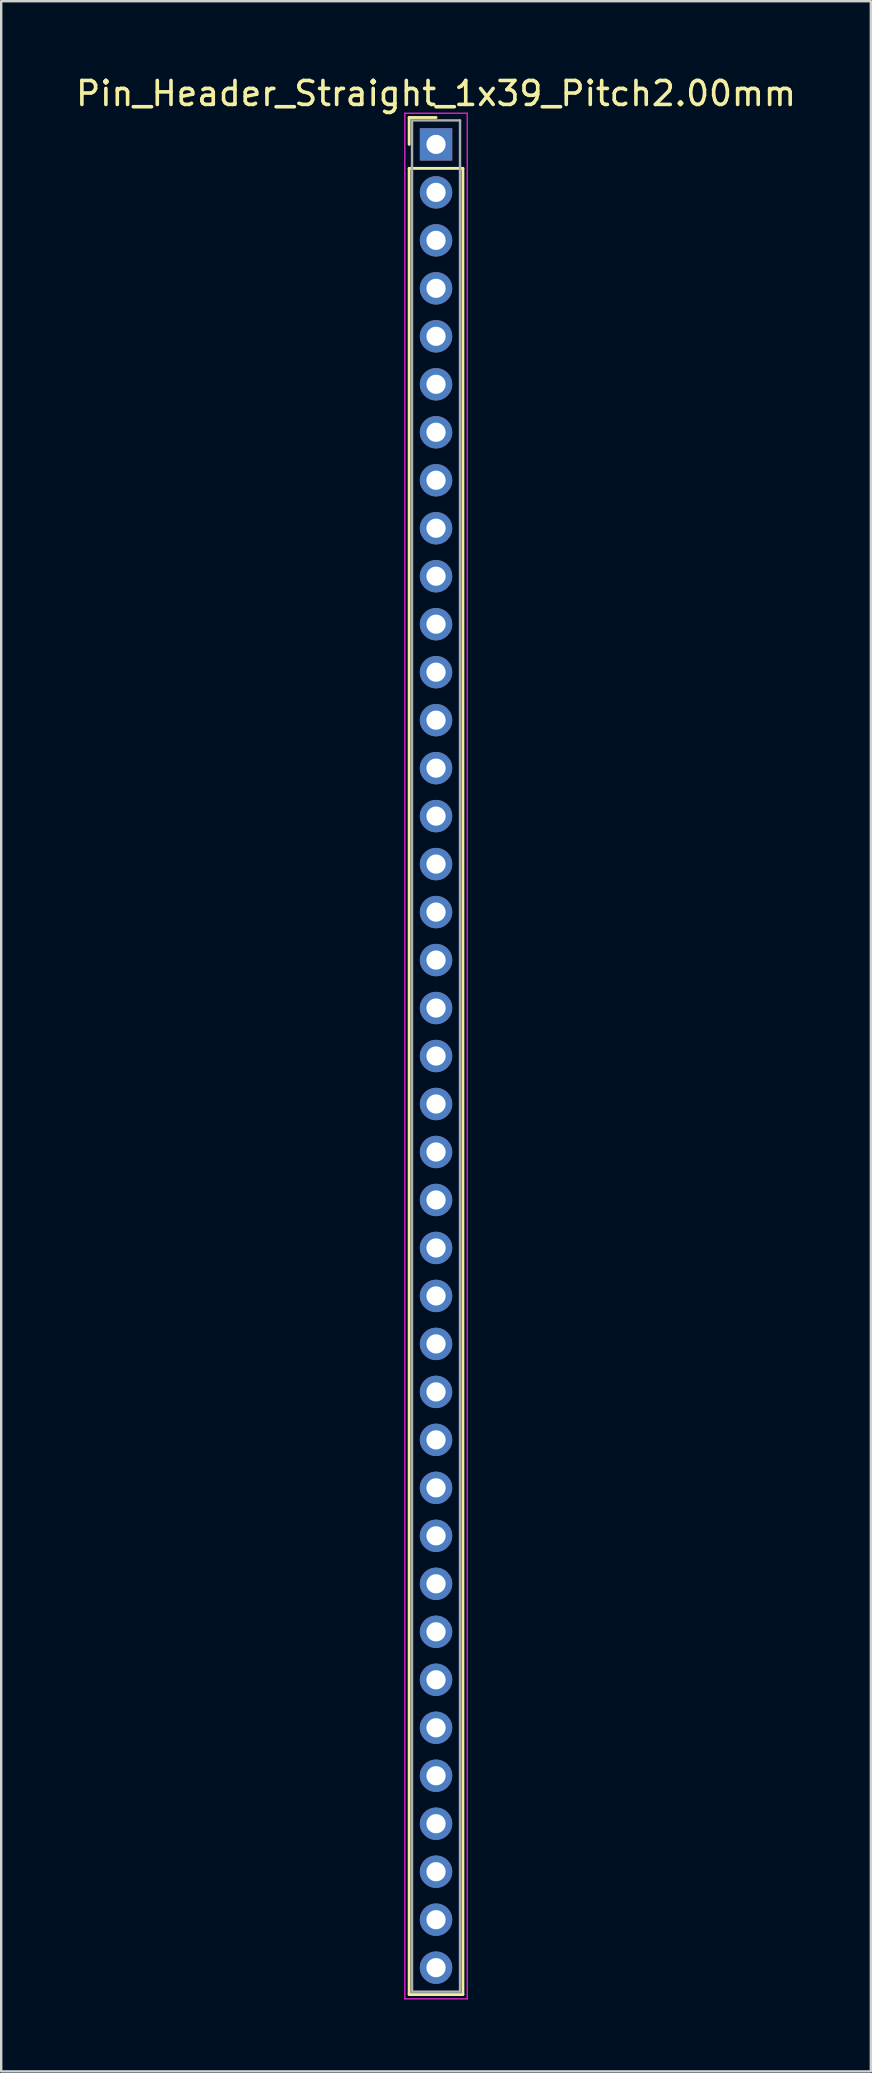
<source format=kicad_pcb>
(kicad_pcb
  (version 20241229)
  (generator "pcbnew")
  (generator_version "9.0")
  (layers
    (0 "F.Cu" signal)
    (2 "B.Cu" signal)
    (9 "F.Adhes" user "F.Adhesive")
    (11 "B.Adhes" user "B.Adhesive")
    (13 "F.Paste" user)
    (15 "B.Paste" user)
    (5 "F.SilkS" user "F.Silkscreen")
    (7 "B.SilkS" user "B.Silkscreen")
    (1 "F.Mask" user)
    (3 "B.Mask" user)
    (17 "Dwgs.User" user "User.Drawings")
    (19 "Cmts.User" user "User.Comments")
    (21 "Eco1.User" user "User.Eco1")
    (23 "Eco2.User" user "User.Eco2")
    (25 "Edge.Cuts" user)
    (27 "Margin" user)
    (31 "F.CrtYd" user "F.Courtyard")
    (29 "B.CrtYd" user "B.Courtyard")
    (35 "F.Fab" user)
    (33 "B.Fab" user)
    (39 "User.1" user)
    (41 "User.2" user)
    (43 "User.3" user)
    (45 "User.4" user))
  (footprint "Pin_Header_Straight_1x39_Pitch2.00mm"
    (layer "F.Cu")
    (at 15.125 2.968)
    (property "Reference" "Pin_Header_Straight_1x39_Pitch2.00mm" (at 0 -2.12 0) (layer "F.SilkS") (effects (font (size 1 1) (thickness 0.15))))
    (attr through_hole)
    (fp_line (start -1.12 -1.12) (end 0 -1.12) (stroke (width 0.12) (type solid)) (layer "F.SilkS"))
    (fp_line (start -1.12 0) (end -1.12 -1.12) (stroke (width 0.12) (type solid)) (layer "F.SilkS"))
    (fp_line (start -1.12 1) (end -1.12 77.12) (stroke (width 0.12) (type solid)) (layer "F.SilkS"))
    (fp_line (start -1.12 77.12) (end 1.12 77.12) (stroke (width 0.12) (type solid)) (layer "F.SilkS"))
    (fp_line (start 1.12 1) (end -1.12 1) (stroke (width 0.12) (type solid)) (layer "F.SilkS"))
    (fp_line (start 1.12 77.12) (end 1.12 1) (stroke (width 0.12) (type solid)) (layer "F.SilkS"))
    (fp_line (start -1.3 -1.3) (end -1.3 77.3) (stroke (width 0.05) (type solid)) (layer "F.CrtYd"))
    (fp_line (start -1.3 77.3) (end 1.3 77.3) (stroke (width 0.05) (type solid)) (layer "F.CrtYd"))
    (fp_line (start 1.3 -1.3) (end -1.3 -1.3) (stroke (width 0.05) (type solid)) (layer "F.CrtYd"))
    (fp_line (start 1.3 77.3) (end 1.3 -1.3) (stroke (width 0.05) (type solid)) (layer "F.CrtYd"))
    (fp_line (start -1 -1) (end -1 77) (stroke (width 0.1) (type solid)) (layer "F.Fab"))
    (fp_line (start -1 77) (end 1 77) (stroke (width 0.1) (type solid)) (layer "F.Fab"))
    (fp_line (start 1 -1) (end -1 -1) (stroke (width 0.1) (type solid)) (layer "F.Fab"))
    (fp_line (start 1 77) (end 1 -1) (stroke (width 0.1) (type solid)) (layer "F.Fab"))
    (pad "1" thru_hole rect (at 0 0) (size 1.35 1.35) (drill 0.8) (layers "*.Cu" "*.Mask"))
    (pad "2" thru_hole oval (at 0 2) (size 1.35 1.35) (drill 0.8) (layers "*.Cu" "*.Mask"))
    (pad "3" thru_hole oval (at 0 4) (size 1.35 1.35) (drill 0.8) (layers "*.Cu" "*.Mask"))
    (pad "4" thru_hole oval (at 0 6) (size 1.35 1.35) (drill 0.8) (layers "*.Cu" "*.Mask"))
    (pad "5" thru_hole oval (at 0 8) (size 1.35 1.35) (drill 0.8) (layers "*.Cu" "*.Mask"))
    (pad "6" thru_hole oval (at 0 10) (size 1.35 1.35) (drill 0.8) (layers "*.Cu" "*.Mask"))
    (pad "7" thru_hole oval (at 0 12) (size 1.35 1.35) (drill 0.8) (layers "*.Cu" "*.Mask"))
    (pad "8" thru_hole oval (at 0 14) (size 1.35 1.35) (drill 0.8) (layers "*.Cu" "*.Mask"))
    (pad "9" thru_hole oval (at 0 16) (size 1.35 1.35) (drill 0.8) (layers "*.Cu" "*.Mask"))
    (pad "10" thru_hole oval (at 0 18) (size 1.35 1.35) (drill 0.8) (layers "*.Cu" "*.Mask"))
    (pad "11" thru_hole oval (at 0 20) (size 1.35 1.35) (drill 0.8) (layers "*.Cu" "*.Mask"))
    (pad "12" thru_hole oval (at 0 22) (size 1.35 1.35) (drill 0.8) (layers "*.Cu" "*.Mask"))
    (pad "13" thru_hole oval (at 0 24) (size 1.35 1.35) (drill 0.8) (layers "*.Cu" "*.Mask"))
    (pad "14" thru_hole oval (at 0 26) (size 1.35 1.35) (drill 0.8) (layers "*.Cu" "*.Mask"))
    (pad "15" thru_hole oval (at 0 28) (size 1.35 1.35) (drill 0.8) (layers "*.Cu" "*.Mask"))
    (pad "16" thru_hole oval (at 0 30) (size 1.35 1.35) (drill 0.8) (layers "*.Cu" "*.Mask"))
    (pad "17" thru_hole oval (at 0 32) (size 1.35 1.35) (drill 0.8) (layers "*.Cu" "*.Mask"))
    (pad "18" thru_hole oval (at 0 34) (size 1.35 1.35) (drill 0.8) (layers "*.Cu" "*.Mask"))
    (pad "19" thru_hole oval (at 0 36) (size 1.35 1.35) (drill 0.8) (layers "*.Cu" "*.Mask"))
    (pad "20" thru_hole oval (at 0 38) (size 1.35 1.35) (drill 0.8) (layers "*.Cu" "*.Mask"))
    (pad "21" thru_hole oval (at 0 40) (size 1.35 1.35) (drill 0.8) (layers "*.Cu" "*.Mask"))
    (pad "22" thru_hole oval (at 0 42) (size 1.35 1.35) (drill 0.8) (layers "*.Cu" "*.Mask"))
    (pad "23" thru_hole oval (at 0 44) (size 1.35 1.35) (drill 0.8) (layers "*.Cu" "*.Mask"))
    (pad "24" thru_hole oval (at 0 46) (size 1.35 1.35) (drill 0.8) (layers "*.Cu" "*.Mask"))
    (pad "25" thru_hole oval (at 0 48) (size 1.35 1.35) (drill 0.8) (layers "*.Cu" "*.Mask"))
    (pad "26" thru_hole oval (at 0 50) (size 1.35 1.35) (drill 0.8) (layers "*.Cu" "*.Mask"))
    (pad "27" thru_hole oval (at 0 52) (size 1.35 1.35) (drill 0.8) (layers "*.Cu" "*.Mask"))
    (pad "28" thru_hole oval (at 0 54) (size 1.35 1.35) (drill 0.8) (layers "*.Cu" "*.Mask"))
    (pad "29" thru_hole oval (at 0 56) (size 1.35 1.35) (drill 0.8) (layers "*.Cu" "*.Mask"))
    (pad "30" thru_hole oval (at 0 58) (size 1.35 1.35) (drill 0.8) (layers "*.Cu" "*.Mask"))
    (pad "31" thru_hole oval (at 0 60) (size 1.35 1.35) (drill 0.8) (layers "*.Cu" "*.Mask"))
    (pad "32" thru_hole oval (at 0 62) (size 1.35 1.35) (drill 0.8) (layers "*.Cu" "*.Mask"))
    (pad "33" thru_hole oval (at 0 64) (size 1.35 1.35) (drill 0.8) (layers "*.Cu" "*.Mask"))
    (pad "34" thru_hole oval (at 0 66) (size 1.35 1.35) (drill 0.8) (layers "*.Cu" "*.Mask"))
    (pad "35" thru_hole oval (at 0 68) (size 1.35 1.35) (drill 0.8) (layers "*.Cu" "*.Mask"))
    (pad "36" thru_hole oval (at 0 70) (size 1.35 1.35) (drill 0.8) (layers "*.Cu" "*.Mask"))
    (pad "37" thru_hole oval (at 0 72) (size 1.35 1.35) (drill 0.8) (layers "*.Cu" "*.Mask"))
    (pad "38" thru_hole oval (at 0 74) (size 1.35 1.35) (drill 0.8) (layers "*.Cu" "*.Mask"))
    (pad "39" thru_hole oval (at 0 76) (size 1.35 1.35) (drill 0.8) (layers "*.Cu" "*.Mask")))
  (gr_rect
    (start -3 -3)
    (end 33.25 83.293)
    (stroke (width 0.1) (type default))
    (fill no)
    (layer "Edge.Cuts")))
</source>
